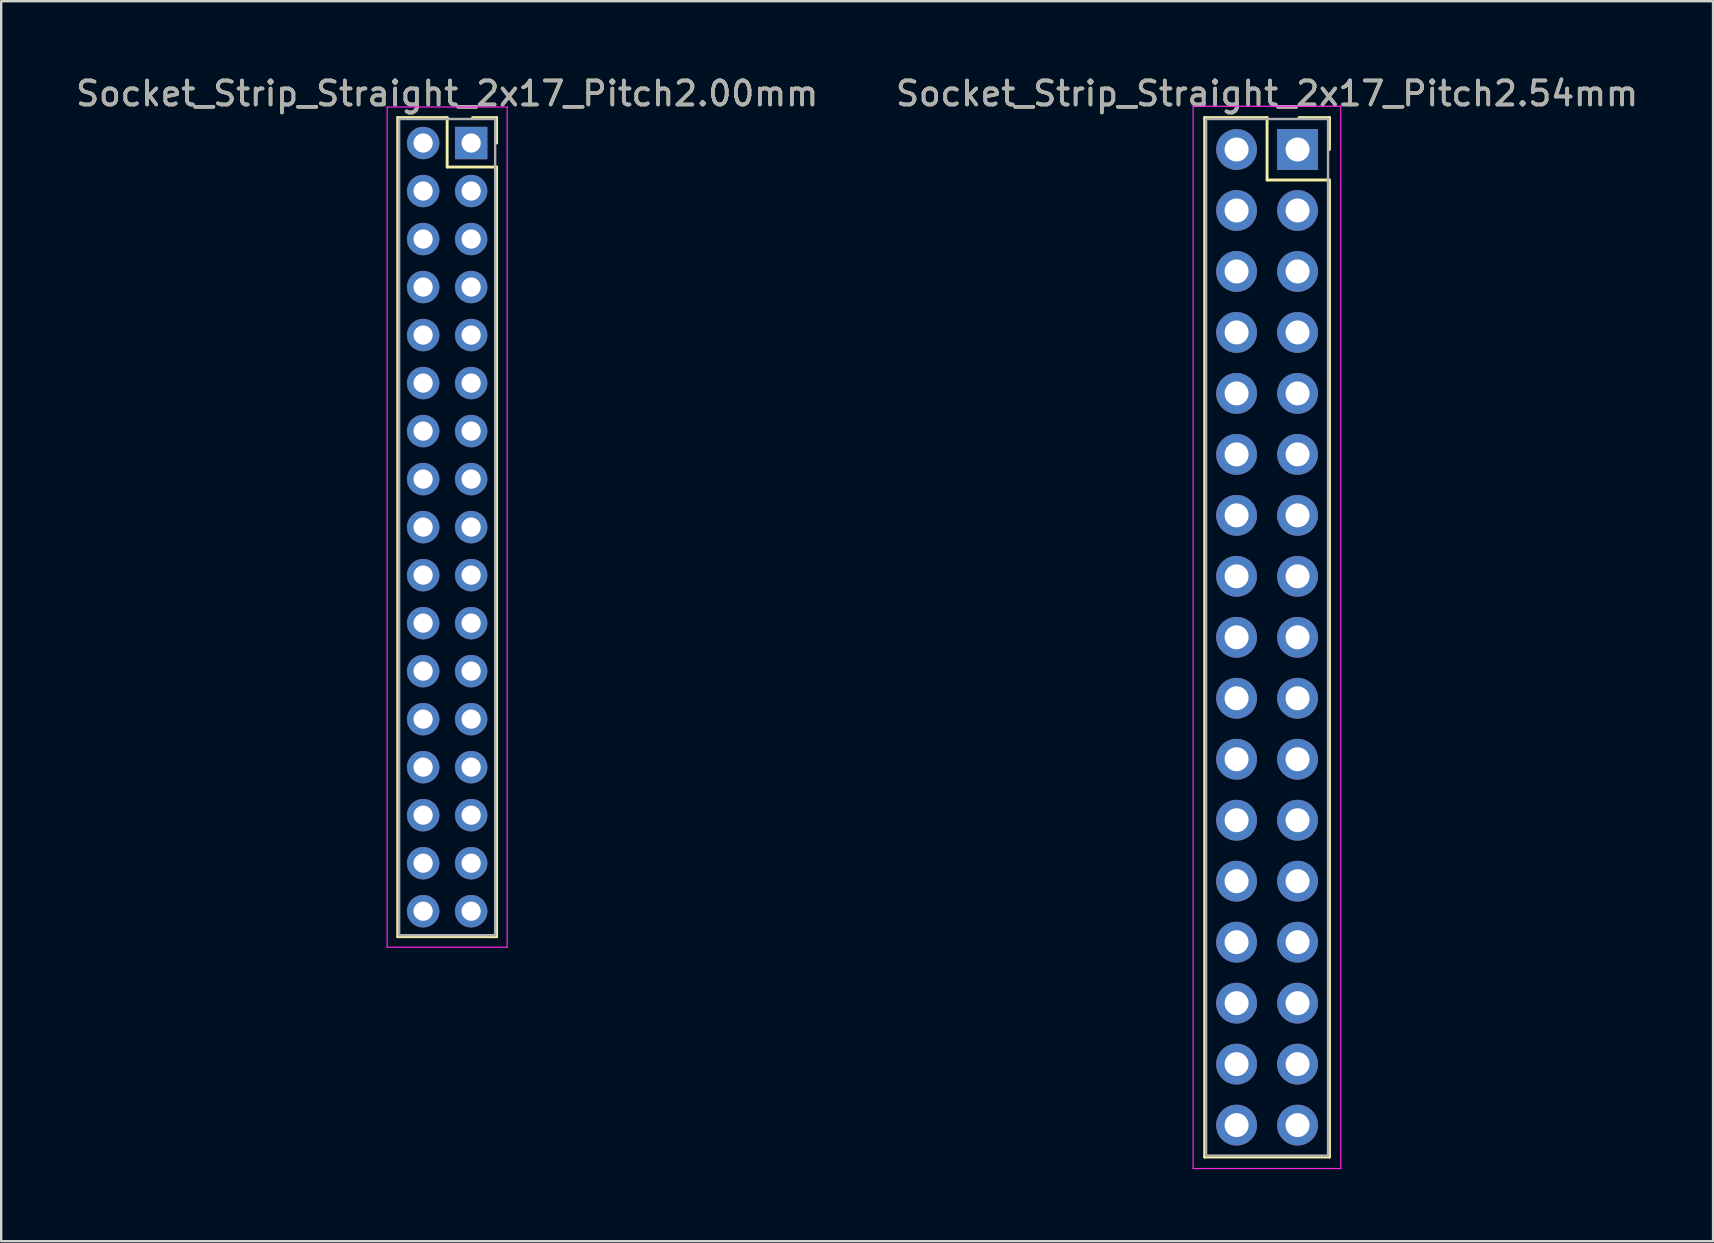
<source format=kicad_pcb>
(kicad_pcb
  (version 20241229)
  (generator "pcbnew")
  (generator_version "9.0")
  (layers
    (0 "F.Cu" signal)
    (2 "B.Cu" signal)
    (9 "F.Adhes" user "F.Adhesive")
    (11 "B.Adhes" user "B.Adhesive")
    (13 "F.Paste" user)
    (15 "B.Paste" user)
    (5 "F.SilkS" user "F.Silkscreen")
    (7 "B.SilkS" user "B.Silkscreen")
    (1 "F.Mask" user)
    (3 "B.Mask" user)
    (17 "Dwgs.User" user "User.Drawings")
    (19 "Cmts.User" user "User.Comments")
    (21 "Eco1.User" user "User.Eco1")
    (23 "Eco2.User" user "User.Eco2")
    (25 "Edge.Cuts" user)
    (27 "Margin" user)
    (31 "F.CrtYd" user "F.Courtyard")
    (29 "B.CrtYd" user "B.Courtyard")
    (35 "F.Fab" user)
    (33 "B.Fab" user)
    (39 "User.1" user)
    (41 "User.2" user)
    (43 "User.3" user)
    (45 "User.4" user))
  (footprint "Socket_Strip_Straight_2x17_Pitch2.54mm"
    (layer "F.Cu")
    (at 51.002 3.178)
    (property "Reference" "Socket_Strip_Straight_2x17_Pitch2.54mm" (at -1.27 -2.33 0) (layer "F.SilkS") (effects (font (size 1 1) (thickness 0.15))))
    (attr through_hole)
    (fp_line (start -3.87 -1.33) (end -1.27 -1.33) (stroke (width 0.12) (type solid)) (layer "F.SilkS"))
    (fp_line (start -3.87 41.97) (end -3.87 -1.33) (stroke (width 0.12) (type solid)) (layer "F.SilkS"))
    (fp_line (start -1.27 -1.33) (end -1.27 1.27) (stroke (width 0.12) (type solid)) (layer "F.SilkS"))
    (fp_line (start -1.27 1.27) (end 1.33 1.27) (stroke (width 0.12) (type solid)) (layer "F.SilkS"))
    (fp_line (start 1.33 -1.33) (end 0.06 -1.33) (stroke (width 0.12) (type solid)) (layer "F.SilkS"))
    (fp_line (start 1.33 0) (end 1.33 -1.33) (stroke (width 0.12) (type solid)) (layer "F.SilkS"))
    (fp_line (start 1.33 1.27) (end 1.33 41.97) (stroke (width 0.12) (type solid)) (layer "F.SilkS"))
    (fp_line (start 1.33 41.97) (end -3.87 41.97) (stroke (width 0.12) (type solid)) (layer "F.SilkS"))
    (fp_line (start -4.35 -1.8) (end -4.35 42.45) (stroke (width 0.05) (type solid)) (layer "F.CrtYd"))
    (fp_line (start -4.35 42.45) (end 1.8 42.45) (stroke (width 0.05) (type solid)) (layer "F.CrtYd"))
    (fp_line (start 1.8 -1.8) (end -4.35 -1.8) (stroke (width 0.05) (type solid)) (layer "F.CrtYd"))
    (fp_line (start 1.8 42.45) (end 1.8 -1.8) (stroke (width 0.05) (type solid)) (layer "F.CrtYd"))
    (fp_line (start -3.81 -1.27) (end -3.81 41.91) (stroke (width 0.1) (type solid)) (layer "F.Fab"))
    (fp_line (start -3.81 41.91) (end 1.27 41.91) (stroke (width 0.1) (type solid)) (layer "F.Fab"))
    (fp_line (start 1.27 -1.27) (end -3.81 -1.27) (stroke (width 0.1) (type solid)) (layer "F.Fab"))
    (fp_line (start 1.27 41.91) (end 1.27 -1.27) (stroke (width 0.1) (type solid)) (layer "F.Fab"))
    (fp_text user "${REFERENCE}" (at -1.27 -2.33 0) (layer "F.Fab") (effects (font (size 1 1) (thickness 0.15))))
    (pad "1" thru_hole rect (at 0 0) (size 1.7 1.7) (drill 1) (layers "*.Cu" "*.Mask"))
    (pad "2" thru_hole oval (at -2.54 0) (size 1.7 1.7) (drill 1) (layers "*.Cu" "*.Mask"))
    (pad "3" thru_hole oval (at 0 2.54) (size 1.7 1.7) (drill 1) (layers "*.Cu" "*.Mask"))
    (pad "4" thru_hole oval (at -2.54 2.54) (size 1.7 1.7) (drill 1) (layers "*.Cu" "*.Mask"))
    (pad "5" thru_hole oval (at 0 5.08) (size 1.7 1.7) (drill 1) (layers "*.Cu" "*.Mask"))
    (pad "6" thru_hole oval (at -2.54 5.08) (size 1.7 1.7) (drill 1) (layers "*.Cu" "*.Mask"))
    (pad "7" thru_hole oval (at 0 7.62) (size 1.7 1.7) (drill 1) (layers "*.Cu" "*.Mask"))
    (pad "8" thru_hole oval (at -2.54 7.62) (size 1.7 1.7) (drill 1) (layers "*.Cu" "*.Mask"))
    (pad "9" thru_hole oval (at 0 10.16) (size 1.7 1.7) (drill 1) (layers "*.Cu" "*.Mask"))
    (pad "10" thru_hole oval (at -2.54 10.16) (size 1.7 1.7) (drill 1) (layers "*.Cu" "*.Mask"))
    (pad "11" thru_hole oval (at 0 12.7) (size 1.7 1.7) (drill 1) (layers "*.Cu" "*.Mask"))
    (pad "12" thru_hole oval (at -2.54 12.7) (size 1.7 1.7) (drill 1) (layers "*.Cu" "*.Mask"))
    (pad "13" thru_hole oval (at 0 15.24) (size 1.7 1.7) (drill 1) (layers "*.Cu" "*.Mask"))
    (pad "14" thru_hole oval (at -2.54 15.24) (size 1.7 1.7) (drill 1) (layers "*.Cu" "*.Mask"))
    (pad "15" thru_hole oval (at 0 17.78) (size 1.7 1.7) (drill 1) (layers "*.Cu" "*.Mask"))
    (pad "16" thru_hole oval (at -2.54 17.78) (size 1.7 1.7) (drill 1) (layers "*.Cu" "*.Mask"))
    (pad "17" thru_hole oval (at 0 20.32) (size 1.7 1.7) (drill 1) (layers "*.Cu" "*.Mask"))
    (pad "18" thru_hole oval (at -2.54 20.32) (size 1.7 1.7) (drill 1) (layers "*.Cu" "*.Mask"))
    (pad "19" thru_hole oval (at 0 22.86) (size 1.7 1.7) (drill 1) (layers "*.Cu" "*.Mask"))
    (pad "20" thru_hole oval (at -2.54 22.86) (size 1.7 1.7) (drill 1) (layers "*.Cu" "*.Mask"))
    (pad "21" thru_hole oval (at 0 25.4) (size 1.7 1.7) (drill 1) (layers "*.Cu" "*.Mask"))
    (pad "22" thru_hole oval (at -2.54 25.4) (size 1.7 1.7) (drill 1) (layers "*.Cu" "*.Mask"))
    (pad "23" thru_hole oval (at 0 27.94) (size 1.7 1.7) (drill 1) (layers "*.Cu" "*.Mask"))
    (pad "24" thru_hole oval (at -2.54 27.94) (size 1.7 1.7) (drill 1) (layers "*.Cu" "*.Mask"))
    (pad "25" thru_hole oval (at 0 30.48) (size 1.7 1.7) (drill 1) (layers "*.Cu" "*.Mask"))
    (pad "26" thru_hole oval (at -2.54 30.48) (size 1.7 1.7) (drill 1) (layers "*.Cu" "*.Mask"))
    (pad "27" thru_hole oval (at 0 33.02) (size 1.7 1.7) (drill 1) (layers "*.Cu" "*.Mask"))
    (pad "28" thru_hole oval (at -2.54 33.02) (size 1.7 1.7) (drill 1) (layers "*.Cu" "*.Mask"))
    (pad "29" thru_hole oval (at 0 35.56) (size 1.7 1.7) (drill 1) (layers "*.Cu" "*.Mask"))
    (pad "30" thru_hole oval (at -2.54 35.56) (size 1.7 1.7) (drill 1) (layers "*.Cu" "*.Mask"))
    (pad "31" thru_hole oval (at 0 38.1) (size 1.7 1.7) (drill 1) (layers "*.Cu" "*.Mask"))
    (pad "32" thru_hole oval (at -2.54 38.1) (size 1.7 1.7) (drill 1) (layers "*.Cu" "*.Mask"))
    (pad "33" thru_hole oval (at 0 40.64) (size 1.7 1.7) (drill 1) (layers "*.Cu" "*.Mask"))
    (pad "34" thru_hole oval (at -2.54 40.64) (size 1.7 1.7) (drill 1) (layers "*.Cu" "*.Mask")))
  (footprint "Socket_Strip_Straight_2x17_Pitch2.00mm"
    (layer "F.Cu")
    (at 16.577 2.908)
    (property "Reference" "Socket_Strip_Straight_2x17_Pitch2.00mm" (at -1 -2.06 0) (layer "F.SilkS") (effects (font (size 1 1) (thickness 0.15))))
    (attr through_hole)
    (fp_line (start -3.06 -1.06) (end -1 -1.06) (stroke (width 0.12) (type solid)) (layer "F.SilkS"))
    (fp_line (start -3.06 33.06) (end -3.06 -1.06) (stroke (width 0.12) (type solid)) (layer "F.SilkS"))
    (fp_line (start -1 -1.06) (end -1 1) (stroke (width 0.12) (type solid)) (layer "F.SilkS"))
    (fp_line (start -1 1) (end 1.06 1) (stroke (width 0.12) (type solid)) (layer "F.SilkS"))
    (fp_line (start 1.06 -1.06) (end 0.06 -1.06) (stroke (width 0.12) (type solid)) (layer "F.SilkS"))
    (fp_line (start 1.06 0) (end 1.06 -1.06) (stroke (width 0.12) (type solid)) (layer "F.SilkS"))
    (fp_line (start 1.06 1) (end 1.06 33.06) (stroke (width 0.12) (type solid)) (layer "F.SilkS"))
    (fp_line (start 1.06 33.06) (end -3.06 33.06) (stroke (width 0.12) (type solid)) (layer "F.SilkS"))
    (fp_line (start -3.5 -1.5) (end -3.5 33.5) (stroke (width 0.05) (type solid)) (layer "F.CrtYd"))
    (fp_line (start -3.5 33.5) (end 1.5 33.5) (stroke (width 0.05) (type solid)) (layer "F.CrtYd"))
    (fp_line (start 1.5 -1.5) (end -3.5 -1.5) (stroke (width 0.05) (type solid)) (layer "F.CrtYd"))
    (fp_line (start 1.5 33.5) (end 1.5 -1.5) (stroke (width 0.05) (type solid)) (layer "F.CrtYd"))
    (fp_line (start -3 -1) (end -3 33) (stroke (width 0.1) (type solid)) (layer "F.Fab"))
    (fp_line (start -3 33) (end 1 33) (stroke (width 0.1) (type solid)) (layer "F.Fab"))
    (fp_line (start 1 -1) (end -3 -1) (stroke (width 0.1) (type solid)) (layer "F.Fab"))
    (fp_line (start 1 33) (end 1 -1) (stroke (width 0.1) (type solid)) (layer "F.Fab"))
    (fp_text user "${REFERENCE}" (at -1 -2.06 0) (layer "F.Fab") (effects (font (size 1 1) (thickness 0.15))))
    (pad "1" thru_hole rect (at 0 0) (size 1.35 1.35) (drill 0.8) (layers "*.Cu" "*.Mask"))
    (pad "2" thru_hole oval (at -2 0) (size 1.35 1.35) (drill 0.8) (layers "*.Cu" "*.Mask"))
    (pad "3" thru_hole oval (at 0 2) (size 1.35 1.35) (drill 0.8) (layers "*.Cu" "*.Mask"))
    (pad "4" thru_hole oval (at -2 2) (size 1.35 1.35) (drill 0.8) (layers "*.Cu" "*.Mask"))
    (pad "5" thru_hole oval (at 0 4) (size 1.35 1.35) (drill 0.8) (layers "*.Cu" "*.Mask"))
    (pad "6" thru_hole oval (at -2 4) (size 1.35 1.35) (drill 0.8) (layers "*.Cu" "*.Mask"))
    (pad "7" thru_hole oval (at 0 6) (size 1.35 1.35) (drill 0.8) (layers "*.Cu" "*.Mask"))
    (pad "8" thru_hole oval (at -2 6) (size 1.35 1.35) (drill 0.8) (layers "*.Cu" "*.Mask"))
    (pad "9" thru_hole oval (at 0 8) (size 1.35 1.35) (drill 0.8) (layers "*.Cu" "*.Mask"))
    (pad "10" thru_hole oval (at -2 8) (size 1.35 1.35) (drill 0.8) (layers "*.Cu" "*.Mask"))
    (pad "11" thru_hole oval (at 0 10) (size 1.35 1.35) (drill 0.8) (layers "*.Cu" "*.Mask"))
    (pad "12" thru_hole oval (at -2 10) (size 1.35 1.35) (drill 0.8) (layers "*.Cu" "*.Mask"))
    (pad "13" thru_hole oval (at 0 12) (size 1.35 1.35) (drill 0.8) (layers "*.Cu" "*.Mask"))
    (pad "14" thru_hole oval (at -2 12) (size 1.35 1.35) (drill 0.8) (layers "*.Cu" "*.Mask"))
    (pad "15" thru_hole oval (at 0 14) (size 1.35 1.35) (drill 0.8) (layers "*.Cu" "*.Mask"))
    (pad "16" thru_hole oval (at -2 14) (size 1.35 1.35) (drill 0.8) (layers "*.Cu" "*.Mask"))
    (pad "17" thru_hole oval (at 0 16) (size 1.35 1.35) (drill 0.8) (layers "*.Cu" "*.Mask"))
    (pad "18" thru_hole oval (at -2 16) (size 1.35 1.35) (drill 0.8) (layers "*.Cu" "*.Mask"))
    (pad "19" thru_hole oval (at 0 18) (size 1.35 1.35) (drill 0.8) (layers "*.Cu" "*.Mask"))
    (pad "20" thru_hole oval (at -2 18) (size 1.35 1.35) (drill 0.8) (layers "*.Cu" "*.Mask"))
    (pad "21" thru_hole oval (at 0 20) (size 1.35 1.35) (drill 0.8) (layers "*.Cu" "*.Mask"))
    (pad "22" thru_hole oval (at -2 20) (size 1.35 1.35) (drill 0.8) (layers "*.Cu" "*.Mask"))
    (pad "23" thru_hole oval (at 0 22) (size 1.35 1.35) (drill 0.8) (layers "*.Cu" "*.Mask"))
    (pad "24" thru_hole oval (at -2 22) (size 1.35 1.35) (drill 0.8) (layers "*.Cu" "*.Mask"))
    (pad "25" thru_hole oval (at 0 24) (size 1.35 1.35) (drill 0.8) (layers "*.Cu" "*.Mask"))
    (pad "26" thru_hole oval (at -2 24) (size 1.35 1.35) (drill 0.8) (layers "*.Cu" "*.Mask"))
    (pad "27" thru_hole oval (at 0 26) (size 1.35 1.35) (drill 0.8) (layers "*.Cu" "*.Mask"))
    (pad "28" thru_hole oval (at -2 26) (size 1.35 1.35) (drill 0.8) (layers "*.Cu" "*.Mask"))
    (pad "29" thru_hole oval (at 0 28) (size 1.35 1.35) (drill 0.8) (layers "*.Cu" "*.Mask"))
    (pad "30" thru_hole oval (at -2 28) (size 1.35 1.35) (drill 0.8) (layers "*.Cu" "*.Mask"))
    (pad "31" thru_hole oval (at 0 30) (size 1.35 1.35) (drill 0.8) (layers "*.Cu" "*.Mask"))
    (pad "32" thru_hole oval (at -2 30) (size 1.35 1.35) (drill 0.8) (layers "*.Cu" "*.Mask"))
    (pad "33" thru_hole oval (at 0 32) (size 1.35 1.35) (drill 0.8) (layers "*.Cu" "*.Mask"))
    (pad "34" thru_hole oval (at -2 32) (size 1.35 1.35) (drill 0.8) (layers "*.Cu" "*.Mask")))
  (gr_rect
    (start -3 -3)
    (end 68.31 48.653)
    (stroke (width 0.1) (type default))
    (fill no)
    (layer "Edge.Cuts")))
</source>
